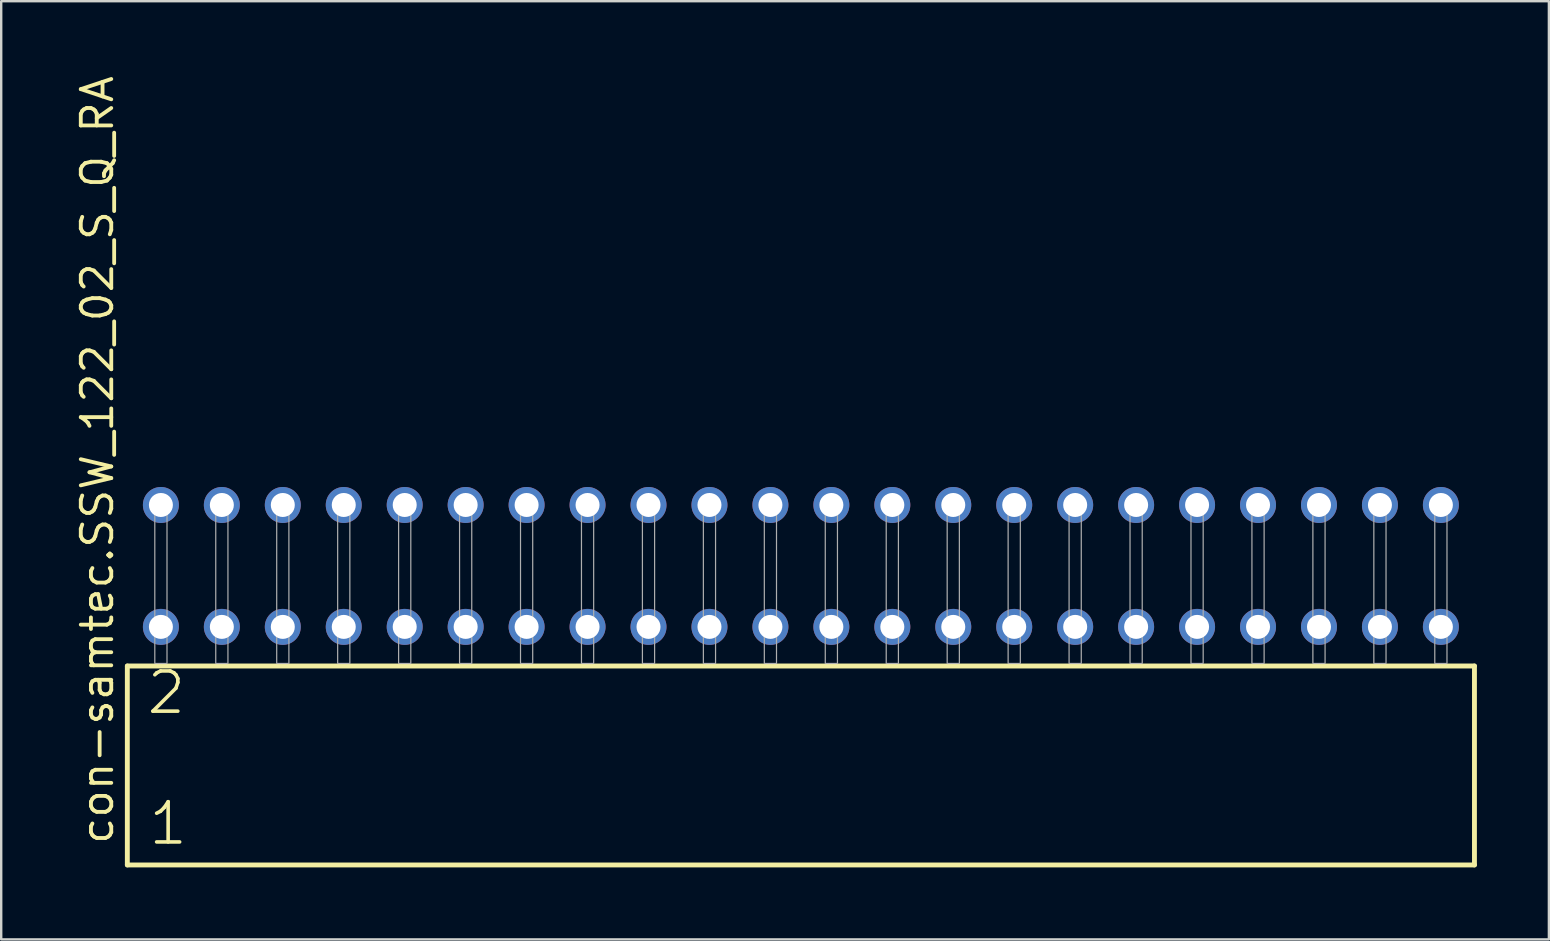
<source format=kicad_pcb>
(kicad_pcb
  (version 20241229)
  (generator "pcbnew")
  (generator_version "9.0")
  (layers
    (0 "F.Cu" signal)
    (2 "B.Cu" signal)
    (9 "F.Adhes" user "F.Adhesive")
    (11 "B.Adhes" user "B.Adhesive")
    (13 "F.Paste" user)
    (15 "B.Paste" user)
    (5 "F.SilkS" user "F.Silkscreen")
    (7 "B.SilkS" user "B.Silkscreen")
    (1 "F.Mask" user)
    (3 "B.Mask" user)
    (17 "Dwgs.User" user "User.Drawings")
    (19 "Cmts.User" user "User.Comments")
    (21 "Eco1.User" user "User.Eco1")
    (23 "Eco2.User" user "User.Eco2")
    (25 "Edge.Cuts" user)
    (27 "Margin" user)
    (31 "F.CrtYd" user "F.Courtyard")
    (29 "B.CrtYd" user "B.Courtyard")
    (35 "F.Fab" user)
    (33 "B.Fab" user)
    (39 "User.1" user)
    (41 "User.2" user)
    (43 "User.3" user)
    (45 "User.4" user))
  (footprint "con-samtec.SSW_122_02_S_Q_RA"
    (layer "F.Cu")
    (at 30.325 24.598)
    (property "Reference" "con-samtec.SSW_122_02_S_Q_RA" (at -28.575 7.62 90) (layer "F.SilkS") (effects (font (size 1.27 1.27) (thickness 0.16)) (justify left bottom)))
    (attr through_hole)
    (fp_line (start -28.069 0.106) (end -28.069 8.396) (stroke (width 0.203) (type default)) (layer "F.SilkS"))
    (fp_line (start -28.069 8.396) (end 28.069 8.396) (stroke (width 0.203) (type default)) (layer "F.SilkS"))
    (fp_line (start 28.069 0.106) (end -28.069 0.106) (stroke (width 0.203) (type default)) (layer "F.SilkS"))
    (fp_line (start 28.069 8.396) (end 28.069 0.106) (stroke (width 0.203) (type default)) (layer "F.SilkS"))
    (fp_rect (start -26.924 0) (end -26.416 -6.858) (stroke (width 0.05) (type default)) (fill no) (layer "F.Fab"))
    (fp_rect (start -24.384 0) (end -23.876 -6.858) (stroke (width 0.05) (type default)) (fill no) (layer "F.Fab"))
    (fp_rect (start -21.844 0) (end -21.336 -6.858) (stroke (width 0.05) (type default)) (fill no) (layer "F.Fab"))
    (fp_rect (start -19.304 0) (end -18.796 -6.858) (stroke (width 0.05) (type default)) (fill no) (layer "F.Fab"))
    (fp_rect (start -16.764 0) (end -16.256 -6.858) (stroke (width 0.05) (type default)) (fill no) (layer "F.Fab"))
    (fp_rect (start -14.224 0) (end -13.716 -6.858) (stroke (width 0.05) (type default)) (fill no) (layer "F.Fab"))
    (fp_rect (start -11.684 0) (end -11.176 -6.858) (stroke (width 0.05) (type default)) (fill no) (layer "F.Fab"))
    (fp_rect (start -9.144 0) (end -8.636 -6.858) (stroke (width 0.05) (type default)) (fill no) (layer "F.Fab"))
    (fp_rect (start -6.604 0) (end -6.096 -6.858) (stroke (width 0.05) (type default)) (fill no) (layer "F.Fab"))
    (fp_rect (start -4.064 0) (end -3.556 -6.858) (stroke (width 0.05) (type default)) (fill no) (layer "F.Fab"))
    (fp_rect (start -1.524 0) (end -1.016 -6.858) (stroke (width 0.05) (type default)) (fill no) (layer "F.Fab"))
    (fp_rect (start 1.016 0) (end 1.524 -6.858) (stroke (width 0.05) (type default)) (fill no) (layer "F.Fab"))
    (fp_rect (start 3.556 0) (end 4.064 -6.858) (stroke (width 0.05) (type default)) (fill no) (layer "F.Fab"))
    (fp_rect (start 6.096 0) (end 6.604 -6.858) (stroke (width 0.05) (type default)) (fill no) (layer "F.Fab"))
    (fp_rect (start 8.636 0) (end 9.144 -6.858) (stroke (width 0.05) (type default)) (fill no) (layer "F.Fab"))
    (fp_rect (start 11.176 0) (end 11.684 -6.858) (stroke (width 0.05) (type default)) (fill no) (layer "F.Fab"))
    (fp_rect (start 13.716 0) (end 14.224 -6.858) (stroke (width 0.05) (type default)) (fill no) (layer "F.Fab"))
    (fp_rect (start 16.256 0) (end 16.764 -6.858) (stroke (width 0.05) (type default)) (fill no) (layer "F.Fab"))
    (fp_rect (start 18.796 0) (end 19.304 -6.858) (stroke (width 0.05) (type default)) (fill no) (layer "F.Fab"))
    (fp_rect (start 21.336 0) (end 21.844 -6.858) (stroke (width 0.05) (type default)) (fill no) (layer "F.Fab"))
    (fp_rect (start 23.876 0) (end 24.384 -6.858) (stroke (width 0.05) (type default)) (fill no) (layer "F.Fab"))
    (fp_rect (start 26.416 0) (end 26.924 -6.858) (stroke (width 0.05) (type default)) (fill no) (layer "F.Fab"))
    (fp_text user "2" (at -27.34 2.2 0) (layer "F.SilkS") (effects (font (size 1.676 1.676) (thickness 0.15)) (justify left bottom)))
    (fp_text user "1" (at -27.265 7.65 0) (layer "F.SilkS") (effects (font (size 1.676 1.676) (thickness 0.15)) (justify left bottom)))
    (pad "1" thru_hole circle (at -26.67 -1.524) (size 1.5 1.5) (drill 1) (layers "*.Cu" "*.Mask"))
    (pad "2" thru_hole circle (at -26.67 -6.604) (size 1.5 1.5) (drill 1) (layers "*.Cu" "*.Mask"))
    (pad "3" thru_hole circle (at -24.13 -1.524) (size 1.5 1.5) (drill 1) (layers "*.Cu" "*.Mask"))
    (pad "4" thru_hole circle (at -24.13 -6.604) (size 1.5 1.5) (drill 1) (layers "*.Cu" "*.Mask"))
    (pad "5" thru_hole circle (at -21.59 -1.524) (size 1.5 1.5) (drill 1) (layers "*.Cu" "*.Mask"))
    (pad "6" thru_hole circle (at -21.59 -6.604) (size 1.5 1.5) (drill 1) (layers "*.Cu" "*.Mask"))
    (pad "7" thru_hole circle (at -19.05 -1.524) (size 1.5 1.5) (drill 1) (layers "*.Cu" "*.Mask"))
    (pad "8" thru_hole circle (at -19.05 -6.604) (size 1.5 1.5) (drill 1) (layers "*.Cu" "*.Mask"))
    (pad "9" thru_hole circle (at -16.51 -1.524) (size 1.5 1.5) (drill 1) (layers "*.Cu" "*.Mask"))
    (pad "10" thru_hole circle (at -16.51 -6.604) (size 1.5 1.5) (drill 1) (layers "*.Cu" "*.Mask"))
    (pad "11" thru_hole circle (at -13.97 -1.524) (size 1.5 1.5) (drill 1) (layers "*.Cu" "*.Mask"))
    (pad "12" thru_hole circle (at -13.97 -6.604) (size 1.5 1.5) (drill 1) (layers "*.Cu" "*.Mask"))
    (pad "13" thru_hole circle (at -11.43 -1.524) (size 1.5 1.5) (drill 1) (layers "*.Cu" "*.Mask"))
    (pad "14" thru_hole circle (at -11.43 -6.604) (size 1.5 1.5) (drill 1) (layers "*.Cu" "*.Mask"))
    (pad "15" thru_hole circle (at -8.89 -1.524) (size 1.5 1.5) (drill 1) (layers "*.Cu" "*.Mask"))
    (pad "16" thru_hole circle (at -8.89 -6.604) (size 1.5 1.5) (drill 1) (layers "*.Cu" "*.Mask"))
    (pad "17" thru_hole circle (at -6.35 -1.524) (size 1.5 1.5) (drill 1) (layers "*.Cu" "*.Mask"))
    (pad "18" thru_hole circle (at -6.35 -6.604) (size 1.5 1.5) (drill 1) (layers "*.Cu" "*.Mask"))
    (pad "19" thru_hole circle (at -3.81 -1.524) (size 1.5 1.5) (drill 1) (layers "*.Cu" "*.Mask"))
    (pad "20" thru_hole circle (at -3.81 -6.604) (size 1.5 1.5) (drill 1) (layers "*.Cu" "*.Mask"))
    (pad "21" thru_hole circle (at -1.27 -1.524) (size 1.5 1.5) (drill 1) (layers "*.Cu" "*.Mask"))
    (pad "22" thru_hole circle (at -1.27 -6.604) (size 1.5 1.5) (drill 1) (layers "*.Cu" "*.Mask"))
    (pad "23" thru_hole circle (at 1.27 -1.524) (size 1.5 1.5) (drill 1) (layers "*.Cu" "*.Mask"))
    (pad "24" thru_hole circle (at 1.27 -6.604) (size 1.5 1.5) (drill 1) (layers "*.Cu" "*.Mask"))
    (pad "25" thru_hole circle (at 3.81 -1.524) (size 1.5 1.5) (drill 1) (layers "*.Cu" "*.Mask"))
    (pad "26" thru_hole circle (at 3.81 -6.604) (size 1.5 1.5) (drill 1) (layers "*.Cu" "*.Mask"))
    (pad "27" thru_hole circle (at 6.35 -1.524) (size 1.5 1.5) (drill 1) (layers "*.Cu" "*.Mask"))
    (pad "28" thru_hole circle (at 6.35 -6.604) (size 1.5 1.5) (drill 1) (layers "*.Cu" "*.Mask"))
    (pad "29" thru_hole circle (at 8.89 -1.524) (size 1.5 1.5) (drill 1) (layers "*.Cu" "*.Mask"))
    (pad "30" thru_hole circle (at 8.89 -6.604) (size 1.5 1.5) (drill 1) (layers "*.Cu" "*.Mask"))
    (pad "31" thru_hole circle (at 11.43 -1.524) (size 1.5 1.5) (drill 1) (layers "*.Cu" "*.Mask"))
    (pad "32" thru_hole circle (at 11.43 -6.604) (size 1.5 1.5) (drill 1) (layers "*.Cu" "*.Mask"))
    (pad "33" thru_hole circle (at 13.97 -1.524) (size 1.5 1.5) (drill 1) (layers "*.Cu" "*.Mask"))
    (pad "34" thru_hole circle (at 13.97 -6.604) (size 1.5 1.5) (drill 1) (layers "*.Cu" "*.Mask"))
    (pad "35" thru_hole circle (at 16.51 -1.524) (size 1.5 1.5) (drill 1) (layers "*.Cu" "*.Mask"))
    (pad "36" thru_hole circle (at 16.51 -6.604) (size 1.5 1.5) (drill 1) (layers "*.Cu" "*.Mask"))
    (pad "37" thru_hole circle (at 19.05 -1.524) (size 1.5 1.5) (drill 1) (layers "*.Cu" "*.Mask"))
    (pad "38" thru_hole circle (at 19.05 -6.604) (size 1.5 1.5) (drill 1) (layers "*.Cu" "*.Mask"))
    (pad "39" thru_hole circle (at 21.59 -1.524) (size 1.5 1.5) (drill 1) (layers "*.Cu" "*.Mask"))
    (pad "40" thru_hole circle (at 21.59 -6.604) (size 1.5 1.5) (drill 1) (layers "*.Cu" "*.Mask"))
    (pad "41" thru_hole circle (at 24.13 -1.524) (size 1.5 1.5) (drill 1) (layers "*.Cu" "*.Mask"))
    (pad "42" thru_hole circle (at 24.13 -6.604) (size 1.5 1.5) (drill 1) (layers "*.Cu" "*.Mask"))
    (pad "43" thru_hole circle (at 26.67 -1.524) (size 1.5 1.5) (drill 1) (layers "*.Cu" "*.Mask"))
    (pad "44" thru_hole circle (at 26.67 -6.604) (size 1.5 1.5) (drill 1) (layers "*.Cu" "*.Mask")))
  (gr_rect
    (start -3 -3)
    (end 61.496 36.096)
    (stroke (width 0.1) (type default))
    (fill no)
    (layer "Edge.Cuts")))
</source>
